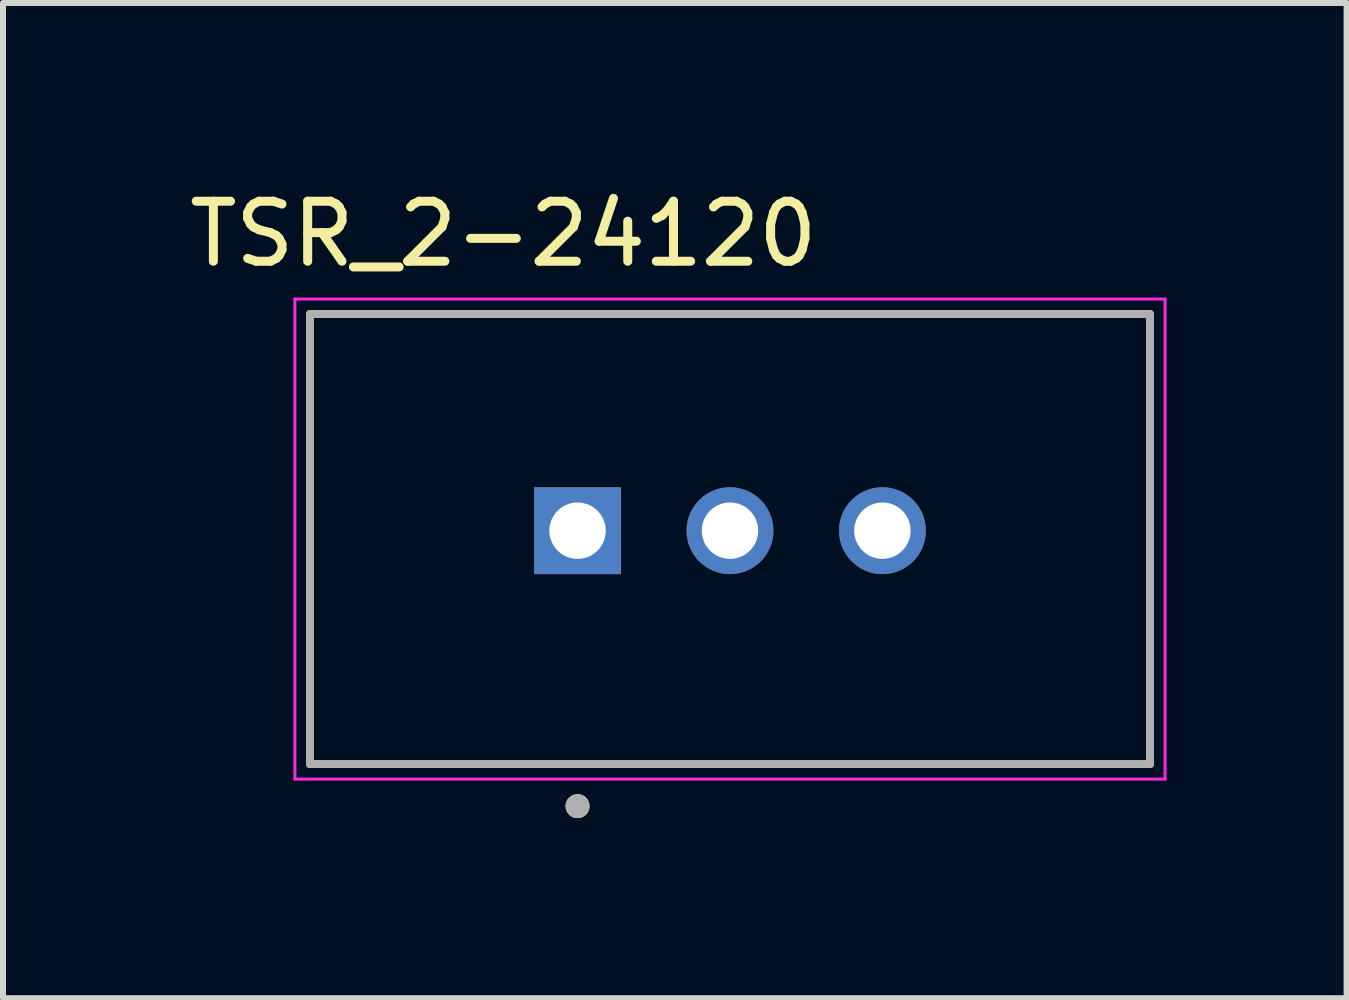
<source format=kicad_pcb>
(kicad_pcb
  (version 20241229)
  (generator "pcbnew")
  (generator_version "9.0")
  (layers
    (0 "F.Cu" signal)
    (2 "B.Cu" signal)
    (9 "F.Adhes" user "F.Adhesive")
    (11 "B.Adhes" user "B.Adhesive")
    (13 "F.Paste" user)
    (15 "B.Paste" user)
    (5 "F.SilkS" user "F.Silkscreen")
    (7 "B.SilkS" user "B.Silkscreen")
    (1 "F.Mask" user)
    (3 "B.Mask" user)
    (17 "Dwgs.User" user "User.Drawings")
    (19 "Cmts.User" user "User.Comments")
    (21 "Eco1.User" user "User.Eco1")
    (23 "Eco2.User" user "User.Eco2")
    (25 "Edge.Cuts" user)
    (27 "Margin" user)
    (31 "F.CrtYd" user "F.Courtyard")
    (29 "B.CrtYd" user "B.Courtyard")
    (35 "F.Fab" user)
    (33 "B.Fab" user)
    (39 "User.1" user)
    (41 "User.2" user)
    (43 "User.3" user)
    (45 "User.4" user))
  (footprint "TSR_2-24120"
    (layer "F.Cu")
    (at 9.114 5.933)
    (property "Reference" "TSR_2-24120" (at -3.775 -5.085 0) (layer "F.SilkS") (effects (font (size 1 1) (thickness 0.15))))
    (attr through_hole)
    (fp_line (start -7 -3.75) (end 7 -3.75) (stroke (width 0.127) (type solid)) (layer "F.SilkS"))
    (fp_line (start -7 3.75) (end -7 -3.75) (stroke (width 0.127) (type solid)) (layer "F.SilkS"))
    (fp_line (start 7 3.75) (end -7 3.75) (stroke (width 0.127) (type solid)) (layer "F.SilkS"))
    (fp_line (start 7 3.75) (end 7 -3.75) (stroke (width 0.127) (type solid)) (layer "F.SilkS"))
    (fp_circle (center -2.54 4.45) (end -2.44 4.45) (stroke (width 0.2) (type solid)) (fill no) (layer "F.SilkS"))
    (fp_line (start -7.25 -4) (end -7.25 4) (stroke (width 0.05) (type solid)) (layer "F.CrtYd"))
    (fp_line (start -7.25 -4) (end 7.25 -4) (stroke (width 0.05) (type solid)) (layer "F.CrtYd"))
    (fp_line (start 7.25 4) (end -7.25 4) (stroke (width 0.05) (type solid)) (layer "F.CrtYd"))
    (fp_line (start 7.25 4) (end 7.25 -4) (stroke (width 0.05) (type solid)) (layer "F.CrtYd"))
    (fp_line (start -7 -3.75) (end 7 -3.75) (stroke (width 0.127) (type solid)) (layer "F.Fab"))
    (fp_line (start -7 3.75) (end -7 -3.75) (stroke (width 0.127) (type solid)) (layer "F.Fab"))
    (fp_line (start 7 -3.75) (end 7 3.75) (stroke (width 0.127) (type solid)) (layer "F.Fab"))
    (fp_line (start 7 3.75) (end -7 3.75) (stroke (width 0.127) (type solid)) (layer "F.Fab"))
    (fp_circle (center -2.54 4.45) (end -2.44 4.45) (stroke (width 0.2) (type solid)) (fill no) (layer "F.Fab"))
    (pad "1" thru_hole rect (at -2.54 -0.14) (size 1.448 1.448) (drill 0.94) (layers "*.Cu" "*.Mask"))
    (pad "2" thru_hole circle (at 0 -0.14) (size 1.448 1.448) (drill 0.94) (layers "*.Cu" "*.Mask"))
    (pad "3" thru_hole circle (at 2.54 -0.14) (size 1.448 1.448) (drill 0.94) (layers "*.Cu" "*.Mask")))
  (gr_rect
    (start -3 -3)
    (end 19.389 13.583)
    (stroke (width 0.1) (type default))
    (fill no)
    (layer "Edge.Cuts")))
</source>
